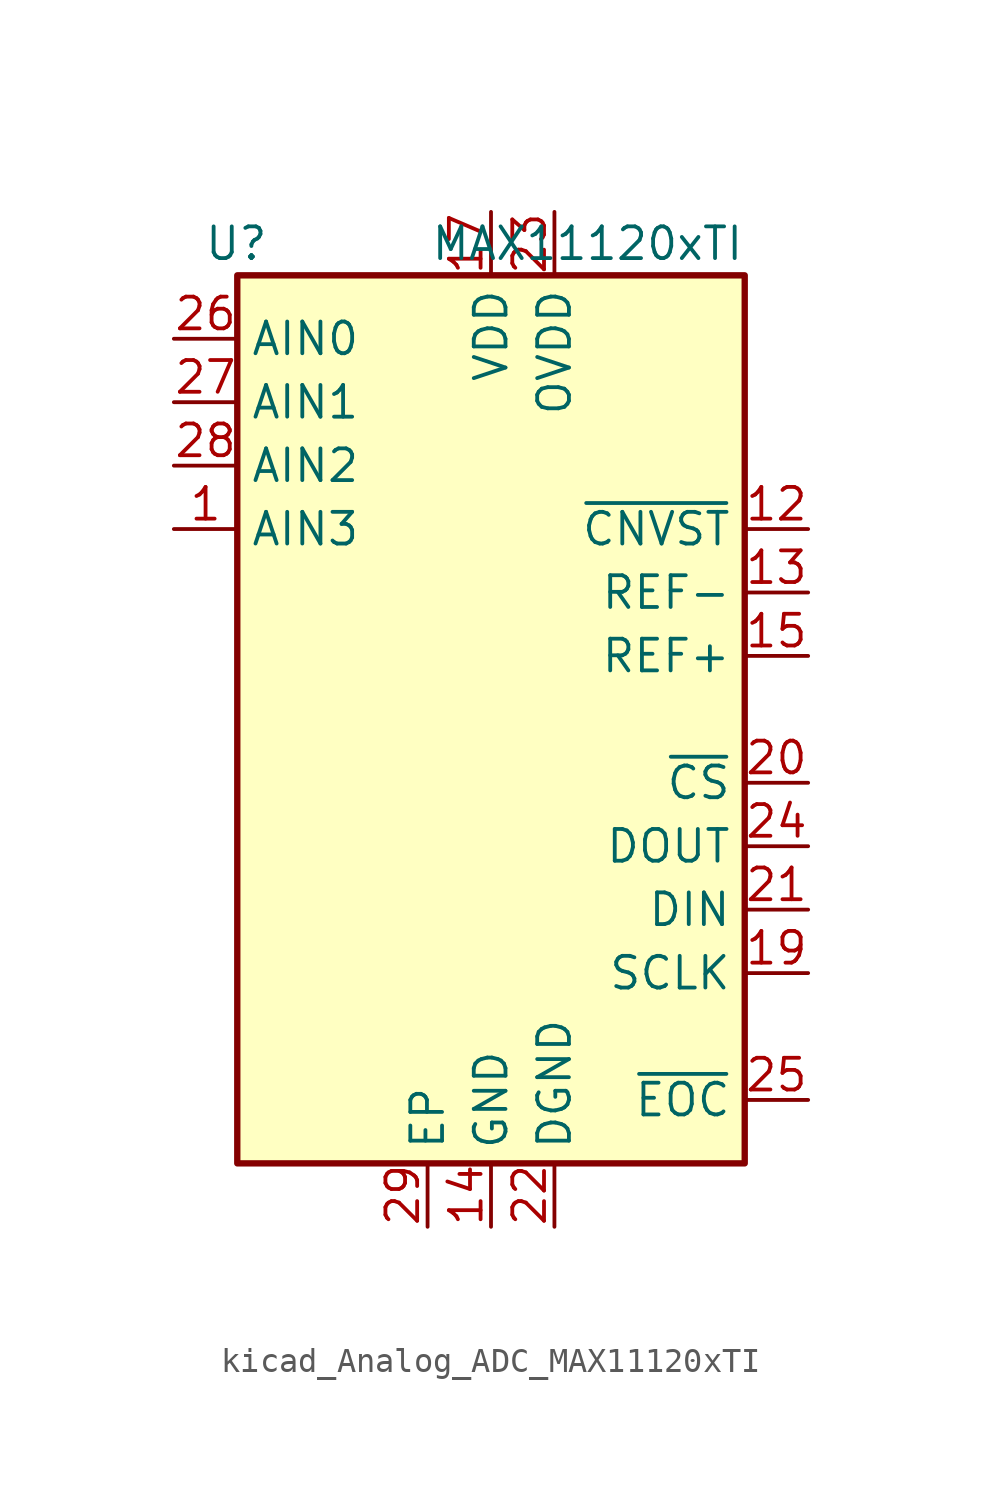
<source format=kicad_sym>
(kicad_symbol_lib
  (version 20220914)
  (generator kicad_symbol_editor)
  (symbol "kicad_Analog_ADC_MAX11120xTI"
    (property "Reference" "U"
      (at -8.89 19.05 0)
      (effects (font (size 1.27 1.27)) (justify right)))
    (property "Value" "MAX11120xTI"
      (at 10.16 19.05 0)
      (effects (font (size 1.27 1.27)) (justify right)))
    (symbol "kicad_Analog_ADC_MAX11120xTI_0_1"
      (rectangle (start 10.16 17.78) (end -10.16 -17.78) (stroke (width 0.254) (type default)) (fill (type background))))
    (symbol "kicad_Analog_ADC_MAX11120xTI_1_1"
      (pin input line (at -12.7 7.62 0) (length 2.54) (name "AIN3" (effects (font (size 1.27 1.27)))) (number "1" (effects (font (size 1.27 1.27)))))
      (pin passive line (at 0 -20.32 90) (length 2.54) hide (name "GND" (effects (font (size 1.27 1.27)))) (number "10" (effects (font (size 1.27 1.27)))))
      (pin passive line (at 0 -20.32 90) (length 2.54) hide (name "GND" (effects (font (size 1.27 1.27)))) (number "11" (effects (font (size 1.27 1.27)))))
      (pin input line (at 12.7 7.62 180) (length 2.54) (name "~{CNVST}" (effects (font (size 1.27 1.27)))) (number "12" (effects (font (size 1.27 1.27)))))
      (pin input line (at 12.7 5.08 180) (length 2.54) (name "REF-" (effects (font (size 1.27 1.27)))) (number "13" (effects (font (size 1.27 1.27)))))
      (pin power_in line (at 0 -20.32 90) (length 2.54) (name "GND" (effects (font (size 1.27 1.27)))) (number "14" (effects (font (size 1.27 1.27)))))
      (pin input line (at 12.7 2.54 180) (length 2.54) (name "REF+" (effects (font (size 1.27 1.27)))) (number "15" (effects (font (size 1.27 1.27)))))
      (pin passive line (at 0 -20.32 90) (length 2.54) hide (name "GND" (effects (font (size 1.27 1.27)))) (number "16" (effects (font (size 1.27 1.27)))))
      (pin power_in line (at 0 20.32 270) (length 2.54) (name "VDD" (effects (font (size 1.27 1.27)))) (number "17" (effects (font (size 1.27 1.27)))))
      (pin passive line (at 0 20.32 270) (length 2.54) hide (name "VDD" (effects (font (size 1.27 1.27)))) (number "18" (effects (font (size 1.27 1.27)))))
      (pin input line (at 12.7 -10.16 180) (length 2.54) (name "SCLK" (effects (font (size 1.27 1.27)))) (number "19" (effects (font (size 1.27 1.27)))))
      (pin passive line (at 0 -20.32 90) (length 2.54) hide (name "GND" (effects (font (size 1.27 1.27)))) (number "2" (effects (font (size 1.27 1.27)))))
      (pin input line (at 12.7 -2.54 180) (length 2.54) (name "~{CS}" (effects (font (size 1.27 1.27)))) (number "20" (effects (font (size 1.27 1.27)))))
      (pin input line (at 12.7 -7.62 180) (length 2.54) (name "DIN" (effects (font (size 1.27 1.27)))) (number "21" (effects (font (size 1.27 1.27)))))
      (pin power_in line (at 2.54 -20.32 90) (length 2.54) (name "DGND" (effects (font (size 1.27 1.27)))) (number "22" (effects (font (size 1.27 1.27)))))
      (pin power_in line (at 2.54 20.32 270) (length 2.54) (name "OVDD" (effects (font (size 1.27 1.27)))) (number "23" (effects (font (size 1.27 1.27)))))
      (pin output line (at 12.7 -5.08 180) (length 2.54) (name "DOUT" (effects (font (size 1.27 1.27)))) (number "24" (effects (font (size 1.27 1.27)))))
      (pin output line (at 12.7 -15.24 180) (length 2.54) (name "~{EOC}" (effects (font (size 1.27 1.27)))) (number "25" (effects (font (size 1.27 1.27)))))
      (pin input line (at -12.7 15.24 0) (length 2.54) (name "AIN0" (effects (font (size 1.27 1.27)))) (number "26" (effects (font (size 1.27 1.27)))))
      (pin input line (at -12.7 12.7 0) (length 2.54) (name "AIN1" (effects (font (size 1.27 1.27)))) (number "27" (effects (font (size 1.27 1.27)))))
      (pin input line (at -12.7 10.16 0) (length 2.54) (name "AIN2" (effects (font (size 1.27 1.27)))) (number "28" (effects (font (size 1.27 1.27)))))
      (pin power_in line (at -2.54 -20.32 90) (length 2.54) (name "EP" (effects (font (size 1.27 1.27)))) (number "29" (effects (font (size 1.27 1.27)))))
      (pin passive line (at 0 -20.32 90) (length 2.54) hide (name "GND" (effects (font (size 1.27 1.27)))) (number "3" (effects (font (size 1.27 1.27)))))
      (pin passive line (at 0 -20.32 90) (length 2.54) hide (name "GND" (effects (font (size 1.27 1.27)))) (number "4" (effects (font (size 1.27 1.27)))))
      (pin passive line (at 0 -20.32 90) (length 2.54) hide (name "GND" (effects (font (size 1.27 1.27)))) (number "5" (effects (font (size 1.27 1.27)))))
      (pin passive line (at 0 -20.32 90) (length 2.54) hide (name "GND" (effects (font (size 1.27 1.27)))) (number "6" (effects (font (size 1.27 1.27)))))
      (pin passive line (at 0 -20.32 90) (length 2.54) hide (name "GND" (effects (font (size 1.27 1.27)))) (number "7" (effects (font (size 1.27 1.27)))))
      (pin passive line (at 0 -20.32 90) (length 2.54) hide (name "GND" (effects (font (size 1.27 1.27)))) (number "8" (effects (font (size 1.27 1.27)))))
      (pin passive line (at 0 -20.32 90) (length 2.54) hide (name "GND" (effects (font (size 1.27 1.27)))) (number "9" (effects (font (size 1.27 1.27))))))))
</source>
